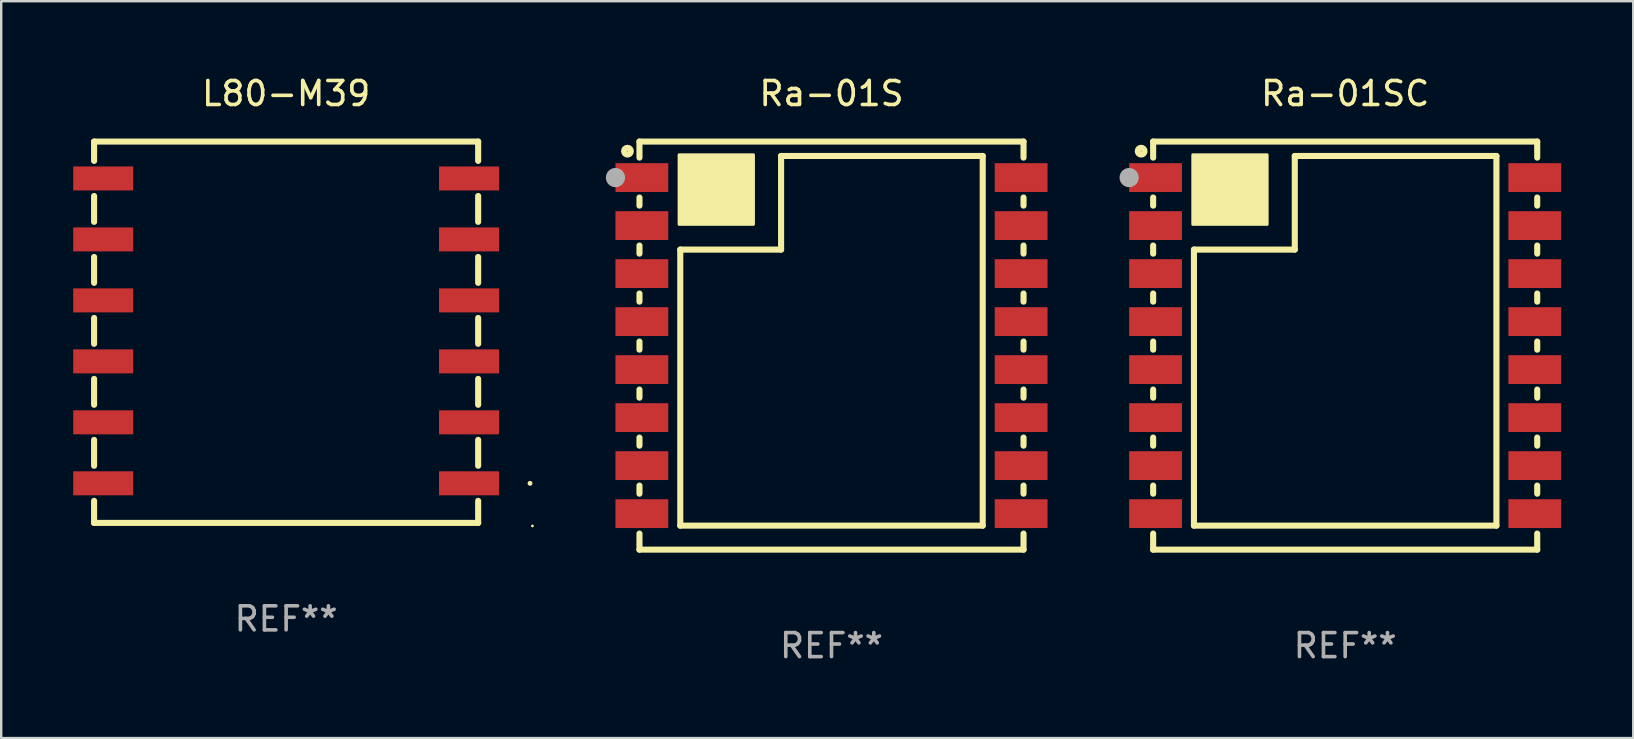
<source format=kicad_pcb>
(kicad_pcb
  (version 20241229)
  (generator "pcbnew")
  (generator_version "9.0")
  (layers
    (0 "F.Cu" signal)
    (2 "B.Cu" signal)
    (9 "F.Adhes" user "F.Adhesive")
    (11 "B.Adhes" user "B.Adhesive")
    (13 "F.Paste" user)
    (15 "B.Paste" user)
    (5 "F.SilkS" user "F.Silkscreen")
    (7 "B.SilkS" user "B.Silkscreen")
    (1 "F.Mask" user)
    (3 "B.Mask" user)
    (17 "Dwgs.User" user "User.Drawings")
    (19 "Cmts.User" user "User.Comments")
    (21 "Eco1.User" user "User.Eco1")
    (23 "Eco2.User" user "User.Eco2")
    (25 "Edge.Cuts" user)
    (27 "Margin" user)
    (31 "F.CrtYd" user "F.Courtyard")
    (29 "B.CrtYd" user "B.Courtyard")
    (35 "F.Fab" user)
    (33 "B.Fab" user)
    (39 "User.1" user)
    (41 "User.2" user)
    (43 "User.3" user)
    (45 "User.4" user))
  (footprint "Ra-01SC"
    (layer "F.Cu")
    (at 52.99 11.348)
    (property "Reference" "Ra-01SC" (at 0 -10.5 0) (layer "F.SilkS") (effects (font (size 1 1) (thickness 0.15))))
    (attr through_hole)
    (fp_line (start -8 -8.5) (end -8 -7.831) (stroke (width 0.254) (type solid)) (layer "F.SilkS"))
    (fp_line (start -8 -6.169) (end -8 -5.831) (stroke (width 0.254) (type solid)) (layer "F.SilkS"))
    (fp_line (start -8 -4.169) (end -8 -3.831) (stroke (width 0.254) (type solid)) (layer "F.SilkS"))
    (fp_line (start -8 -2.169) (end -8 -1.831) (stroke (width 0.254) (type solid)) (layer "F.SilkS"))
    (fp_line (start -8 -0.169) (end -8 0.169) (stroke (width 0.254) (type solid)) (layer "F.SilkS"))
    (fp_line (start -8 1.831) (end -8 2.169) (stroke (width 0.254) (type solid)) (layer "F.SilkS"))
    (fp_line (start -8 3.831) (end -8 4.169) (stroke (width 0.254) (type solid)) (layer "F.SilkS"))
    (fp_line (start -8 5.831) (end -8 6.169) (stroke (width 0.254) (type solid)) (layer "F.SilkS"))
    (fp_line (start -8 7.831) (end -8 8.5) (stroke (width 0.254) (type solid)) (layer "F.SilkS"))
    (fp_line (start -6.3 -4) (end -2.1 -4) (stroke (width 0.254) (type solid)) (layer "F.SilkS"))
    (fp_line (start -6.3 7.5) (end -6.3 -4) (stroke (width 0.254) (type solid)) (layer "F.SilkS"))
    (fp_line (start -2.1 -7.9) (end 6.3 -7.9) (stroke (width 0.254) (type solid)) (layer "F.SilkS"))
    (fp_line (start -2.1 -4) (end -2.1 -7.9) (stroke (width 0.254) (type solid)) (layer "F.SilkS"))
    (fp_line (start 6.3 -7.9) (end 6.3 7.5) (stroke (width 0.254) (type solid)) (layer "F.SilkS"))
    (fp_line (start 6.3 7.5) (end -6.3 7.5) (stroke (width 0.254) (type solid)) (layer "F.SilkS"))
    (fp_line (start 8 -8.5) (end -8 -8.5) (stroke (width 0.254) (type solid)) (layer "F.SilkS"))
    (fp_line (start 8 -8.5) (end 8 -7.831) (stroke (width 0.254) (type solid)) (layer "F.SilkS"))
    (fp_line (start 8 -6.169) (end 8 -5.831) (stroke (width 0.254) (type solid)) (layer "F.SilkS"))
    (fp_line (start 8 -4.169) (end 8 -3.831) (stroke (width 0.254) (type solid)) (layer "F.SilkS"))
    (fp_line (start 8 -2.169) (end 8 -1.831) (stroke (width 0.254) (type solid)) (layer "F.SilkS"))
    (fp_line (start 8 -0.169) (end 8 0.169) (stroke (width 0.254) (type solid)) (layer "F.SilkS"))
    (fp_line (start 8 1.831) (end 8 2.169) (stroke (width 0.254) (type solid)) (layer "F.SilkS"))
    (fp_line (start 8 3.831) (end 8 4.169) (stroke (width 0.254) (type solid)) (layer "F.SilkS"))
    (fp_line (start 8 5.831) (end 8 6.169) (stroke (width 0.254) (type solid)) (layer "F.SilkS"))
    (fp_line (start 8 7.831) (end 8 8.5) (stroke (width 0.254) (type solid)) (layer "F.SilkS"))
    (fp_line (start 8 8.5) (end -8 8.5) (stroke (width 0.254) (type solid)) (layer "F.SilkS"))
    (fp_circle (center -8.5 -8.1) (end -8.359 -8.1) (stroke (width 0.254) (type solid)) (fill no) (layer "F.SilkS"))
    (fp_circle (center -8 -8.5) (end -7.97 -8.5) (stroke (width 0.06) (type solid)) (fill no) (layer "F.SilkS"))
    (fp_poly (pts (xy -6.35 -7.95) (xy -3.25 -7.95) (xy -3.25 -5.05) (xy -6.35 -5.05)) (stroke (width 0.12) (type solid)) (fill yes) (layer "F.SilkS"))
    (fp_circle (center -9 -7) (end -8.8 -7) (stroke (width 0.4) (type solid)) (fill no) (layer "F.Fab"))
    (fp_text user "REF**" (at 0 12.5 0) (layer "F.Fab") (effects (font (size 1 1) (thickness 0.15))))
    (pad "1" smd rect (at -7.9 -7) (size 2.2 1.2) (layers "F.Cu" "F.Mask" "F.Paste"))
    (pad "2" smd rect (at -7.9 -5) (size 2.2 1.2) (layers "F.Cu" "F.Mask" "F.Paste"))
    (pad "3" smd rect (at -7.9 -3) (size 2.2 1.2) (layers "F.Cu" "F.Mask" "F.Paste"))
    (pad "4" smd rect (at -7.9 -1) (size 2.2 1.2) (layers "F.Cu" "F.Mask" "F.Paste"))
    (pad "5" smd rect (at -7.9 1) (size 2.2 1.2) (layers "F.Cu" "F.Mask" "F.Paste"))
    (pad "6" smd rect (at -7.9 3) (size 2.2 1.2) (layers "F.Cu" "F.Mask" "F.Paste"))
    (pad "7" smd rect (at -7.9 5) (size 2.2 1.2) (layers "F.Cu" "F.Mask" "F.Paste"))
    (pad "8" smd rect (at -7.9 7) (size 2.2 1.2) (layers "F.Cu" "F.Mask" "F.Paste"))
    (pad "9" smd rect (at 7.9 7) (size 2.2 1.2) (layers "F.Cu" "F.Mask" "F.Paste"))
    (pad "10" smd rect (at 7.9 5) (size 2.2 1.2) (layers "F.Cu" "F.Mask" "F.Paste"))
    (pad "11" smd rect (at 7.9 3) (size 2.2 1.2) (layers "F.Cu" "F.Mask" "F.Paste"))
    (pad "12" smd rect (at 7.9 1) (size 2.2 1.2) (layers "F.Cu" "F.Mask" "F.Paste"))
    (pad "13" smd rect (at 7.9 -1) (size 2.2 1.2) (layers "F.Cu" "F.Mask" "F.Paste"))
    (pad "14" smd rect (at 7.9 -3) (size 2.2 1.2) (layers "F.Cu" "F.Mask" "F.Paste"))
    (pad "15" smd rect (at 7.9 -5) (size 2.2 1.2) (layers "F.Cu" "F.Mask" "F.Paste"))
    (pad "16" smd rect (at 7.9 -7) (size 2.2 1.2) (layers "F.Cu" "F.Mask" "F.Paste")))
  (footprint "L80-M39"
    (layer "F.Cu")
    (at 8.87 10.791)
    (property "Reference" "L80-M39" (at 0 -9.943 0) (layer "F.SilkS") (effects (font (size 1 1) (thickness 0.15))))
    (attr through_hole)
    (fp_line (start -8 -7.943) (end 8 -7.943) (stroke (width 0.254) (type solid)) (layer "F.SilkS"))
    (fp_line (start -8 -7.138) (end -8 -7.943) (stroke (width 0.254) (type solid)) (layer "F.SilkS"))
    (fp_line (start -8 -4.598) (end -8 -5.676) (stroke (width 0.254) (type solid)) (layer "F.SilkS"))
    (fp_line (start -8 -2.058) (end -8 -3.136) (stroke (width 0.254) (type solid)) (layer "F.SilkS"))
    (fp_line (start -8 0.482) (end -8 -0.596) (stroke (width 0.254) (type solid)) (layer "F.SilkS"))
    (fp_line (start -8 3.022) (end -8 1.944) (stroke (width 0.254) (type solid)) (layer "F.SilkS"))
    (fp_line (start -8 5.562) (end -8 4.484) (stroke (width 0.254) (type solid)) (layer "F.SilkS"))
    (fp_line (start -8 7.943) (end -8 7.024) (stroke (width 0.254) (type solid)) (layer "F.SilkS"))
    (fp_line (start 8 -7.943) (end 8 -7.138) (stroke (width 0.254) (type solid)) (layer "F.SilkS"))
    (fp_line (start 8 -5.676) (end 8 -4.598) (stroke (width 0.254) (type solid)) (layer "F.SilkS"))
    (fp_line (start 8 -3.136) (end 8 -2.058) (stroke (width 0.254) (type solid)) (layer "F.SilkS"))
    (fp_line (start 8 -0.596) (end 8 0.482) (stroke (width 0.254) (type solid)) (layer "F.SilkS"))
    (fp_line (start 8 1.944) (end 8 3.022) (stroke (width 0.254) (type solid)) (layer "F.SilkS"))
    (fp_line (start 8 4.484) (end 8 5.562) (stroke (width 0.254) (type solid)) (layer "F.SilkS"))
    (fp_line (start 8 7.024) (end 8 7.943) (stroke (width 0.254) (type solid)) (layer "F.SilkS"))
    (fp_line (start 8 7.943) (end -8 7.943) (stroke (width 0.254) (type solid)) (layer "F.SilkS"))
    (fp_arc (start 10.16002 6.295466) (mid 10.160016 6.294196) (end 10.16002 6.292926) (stroke (width 0.20066) (type solid)) (layer "F.SilkS"))
    (fp_circle (center 10.26 8.07) (end 10.29 8.07) (stroke (width 0.06) (type solid)) (fill no) (layer "F.SilkS"))
    (fp_text user "REF**" (at 0 11.943 0) (layer "F.Fab") (effects (font (size 1 1) (thickness 0.15))))
    (pad "1" smd rect (at 7.62 6.293 90) (size 1 2.5) (layers "F.Cu" "F.Mask" "F.Paste"))
    (pad "2" smd rect (at 7.62 3.753 90) (size 1 2.5) (layers "F.Cu" "F.Mask" "F.Paste"))
    (pad "3" smd rect (at 7.62 1.213 90) (size 1 2.5) (layers "F.Cu" "F.Mask" "F.Paste"))
    (pad "4" smd rect (at 7.62 -1.327 90) (size 1 2.5) (layers "F.Cu" "F.Mask" "F.Paste"))
    (pad "5" smd rect (at 7.62 -3.867 90) (size 1 2.5) (layers "F.Cu" "F.Mask" "F.Paste"))
    (pad "6" smd rect (at 7.62 -6.407 90) (size 1 2.5) (layers "F.Cu" "F.Mask" "F.Paste"))
    (pad "7" smd rect (at -7.62 -6.407 90) (size 1 2.5) (layers "F.Cu" "F.Mask" "F.Paste"))
    (pad "8" smd rect (at -7.62 -3.867 90) (size 1 2.5) (layers "F.Cu" "F.Mask" "F.Paste"))
    (pad "9" smd rect (at -7.62 -1.327 90) (size 1 2.5) (layers "F.Cu" "F.Mask" "F.Paste"))
    (pad "10" smd rect (at -7.62 1.213 90) (size 1 2.5) (layers "F.Cu" "F.Mask" "F.Paste"))
    (pad "11" smd rect (at -7.62 3.753 90) (size 1 2.5) (layers "F.Cu" "F.Mask" "F.Paste"))
    (pad "12" smd rect (at -7.62 6.293 90) (size 1 2.5) (layers "F.Cu" "F.Mask" "F.Paste")))
  (footprint "Ra-01S"
    (layer "F.Cu")
    (at 31.59 11.348)
    (property "Reference" "Ra-01S" (at 0 -10.5 0) (layer "F.SilkS") (effects (font (size 1 1) (thickness 0.15))))
    (attr through_hole)
    (fp_line (start -8 -8.5) (end -8 -7.831) (stroke (width 0.254) (type solid)) (layer "F.SilkS"))
    (fp_line (start -8 -6.169) (end -8 -5.831) (stroke (width 0.254) (type solid)) (layer "F.SilkS"))
    (fp_line (start -8 -4.169) (end -8 -3.831) (stroke (width 0.254) (type solid)) (layer "F.SilkS"))
    (fp_line (start -8 -2.169) (end -8 -1.831) (stroke (width 0.254) (type solid)) (layer "F.SilkS"))
    (fp_line (start -8 -0.169) (end -8 0.169) (stroke (width 0.254) (type solid)) (layer "F.SilkS"))
    (fp_line (start -8 1.831) (end -8 2.169) (stroke (width 0.254) (type solid)) (layer "F.SilkS"))
    (fp_line (start -8 3.831) (end -8 4.169) (stroke (width 0.254) (type solid)) (layer "F.SilkS"))
    (fp_line (start -8 5.831) (end -8 6.169) (stroke (width 0.254) (type solid)) (layer "F.SilkS"))
    (fp_line (start -8 7.831) (end -8 8.5) (stroke (width 0.254) (type solid)) (layer "F.SilkS"))
    (fp_line (start -6.3 -4) (end -2.1 -4) (stroke (width 0.254) (type solid)) (layer "F.SilkS"))
    (fp_line (start -6.3 7.5) (end -6.3 -4) (stroke (width 0.254) (type solid)) (layer "F.SilkS"))
    (fp_line (start -2.1 -7.9) (end 6.3 -7.9) (stroke (width 0.254) (type solid)) (layer "F.SilkS"))
    (fp_line (start -2.1 -4) (end -2.1 -7.9) (stroke (width 0.254) (type solid)) (layer "F.SilkS"))
    (fp_line (start 6.3 -7.9) (end 6.3 7.5) (stroke (width 0.254) (type solid)) (layer "F.SilkS"))
    (fp_line (start 6.3 7.5) (end -6.3 7.5) (stroke (width 0.254) (type solid)) (layer "F.SilkS"))
    (fp_line (start 8 -8.5) (end -8 -8.5) (stroke (width 0.254) (type solid)) (layer "F.SilkS"))
    (fp_line (start 8 -8.5) (end 8 -7.831) (stroke (width 0.254) (type solid)) (layer "F.SilkS"))
    (fp_line (start 8 -6.169) (end 8 -5.831) (stroke (width 0.254) (type solid)) (layer "F.SilkS"))
    (fp_line (start 8 -4.169) (end 8 -3.831) (stroke (width 0.254) (type solid)) (layer "F.SilkS"))
    (fp_line (start 8 -2.169) (end 8 -1.831) (stroke (width 0.254) (type solid)) (layer "F.SilkS"))
    (fp_line (start 8 -0.169) (end 8 0.169) (stroke (width 0.254) (type solid)) (layer "F.SilkS"))
    (fp_line (start 8 1.831) (end 8 2.169) (stroke (width 0.254) (type solid)) (layer "F.SilkS"))
    (fp_line (start 8 3.831) (end 8 4.169) (stroke (width 0.254) (type solid)) (layer "F.SilkS"))
    (fp_line (start 8 5.831) (end 8 6.169) (stroke (width 0.254) (type solid)) (layer "F.SilkS"))
    (fp_line (start 8 7.831) (end 8 8.5) (stroke (width 0.254) (type solid)) (layer "F.SilkS"))
    (fp_line (start 8 8.5) (end -8 8.5) (stroke (width 0.254) (type solid)) (layer "F.SilkS"))
    (fp_circle (center -8.5 -8.1) (end -8.359 -8.1) (stroke (width 0.254) (type solid)) (fill no) (layer "F.SilkS"))
    (fp_circle (center -8 -8.5) (end -7.97 -8.5) (stroke (width 0.06) (type solid)) (fill no) (layer "F.SilkS"))
    (fp_poly (pts (xy -6.35 -7.95) (xy -3.25 -7.95) (xy -3.25 -5.05) (xy -6.35 -5.05)) (stroke (width 0.12) (type solid)) (fill yes) (layer "F.SilkS"))
    (fp_circle (center -9 -7) (end -8.8 -7) (stroke (width 0.4) (type solid)) (fill no) (layer "F.Fab"))
    (fp_text user "REF**" (at 0 12.5 0) (layer "F.Fab") (effects (font (size 1 1) (thickness 0.15))))
    (pad "1" smd rect (at -7.9 -7) (size 2.2 1.2) (layers "F.Cu" "F.Mask" "F.Paste"))
    (pad "2" smd rect (at -7.9 -5) (size 2.2 1.2) (layers "F.Cu" "F.Mask" "F.Paste"))
    (pad "3" smd rect (at -7.9 -3) (size 2.2 1.2) (layers "F.Cu" "F.Mask" "F.Paste"))
    (pad "4" smd rect (at -7.9 -1) (size 2.2 1.2) (layers "F.Cu" "F.Mask" "F.Paste"))
    (pad "5" smd rect (at -7.9 1) (size 2.2 1.2) (layers "F.Cu" "F.Mask" "F.Paste"))
    (pad "6" smd rect (at -7.9 3) (size 2.2 1.2) (layers "F.Cu" "F.Mask" "F.Paste"))
    (pad "7" smd rect (at -7.9 5) (size 2.2 1.2) (layers "F.Cu" "F.Mask" "F.Paste"))
    (pad "8" smd rect (at -7.9 7) (size 2.2 1.2) (layers "F.Cu" "F.Mask" "F.Paste"))
    (pad "9" smd rect (at 7.9 7) (size 2.2 1.2) (layers "F.Cu" "F.Mask" "F.Paste"))
    (pad "10" smd rect (at 7.9 5) (size 2.2 1.2) (layers "F.Cu" "F.Mask" "F.Paste"))
    (pad "11" smd rect (at 7.9 3) (size 2.2 1.2) (layers "F.Cu" "F.Mask" "F.Paste"))
    (pad "12" smd rect (at 7.9 1) (size 2.2 1.2) (layers "F.Cu" "F.Mask" "F.Paste"))
    (pad "13" smd rect (at 7.9 -1) (size 2.2 1.2) (layers "F.Cu" "F.Mask" "F.Paste"))
    (pad "14" smd rect (at 7.9 -3) (size 2.2 1.2) (layers "F.Cu" "F.Mask" "F.Paste"))
    (pad "15" smd rect (at 7.9 -5) (size 2.2 1.2) (layers "F.Cu" "F.Mask" "F.Paste"))
    (pad "16" smd rect (at 7.9 -7) (size 2.2 1.2) (layers "F.Cu" "F.Mask" "F.Paste")))
  (gr_rect
    (start -3 -3)
    (end 64.99 27.697)
    (stroke (width 0.1) (type default))
    (fill no)
    (layer "Edge.Cuts")))
</source>
